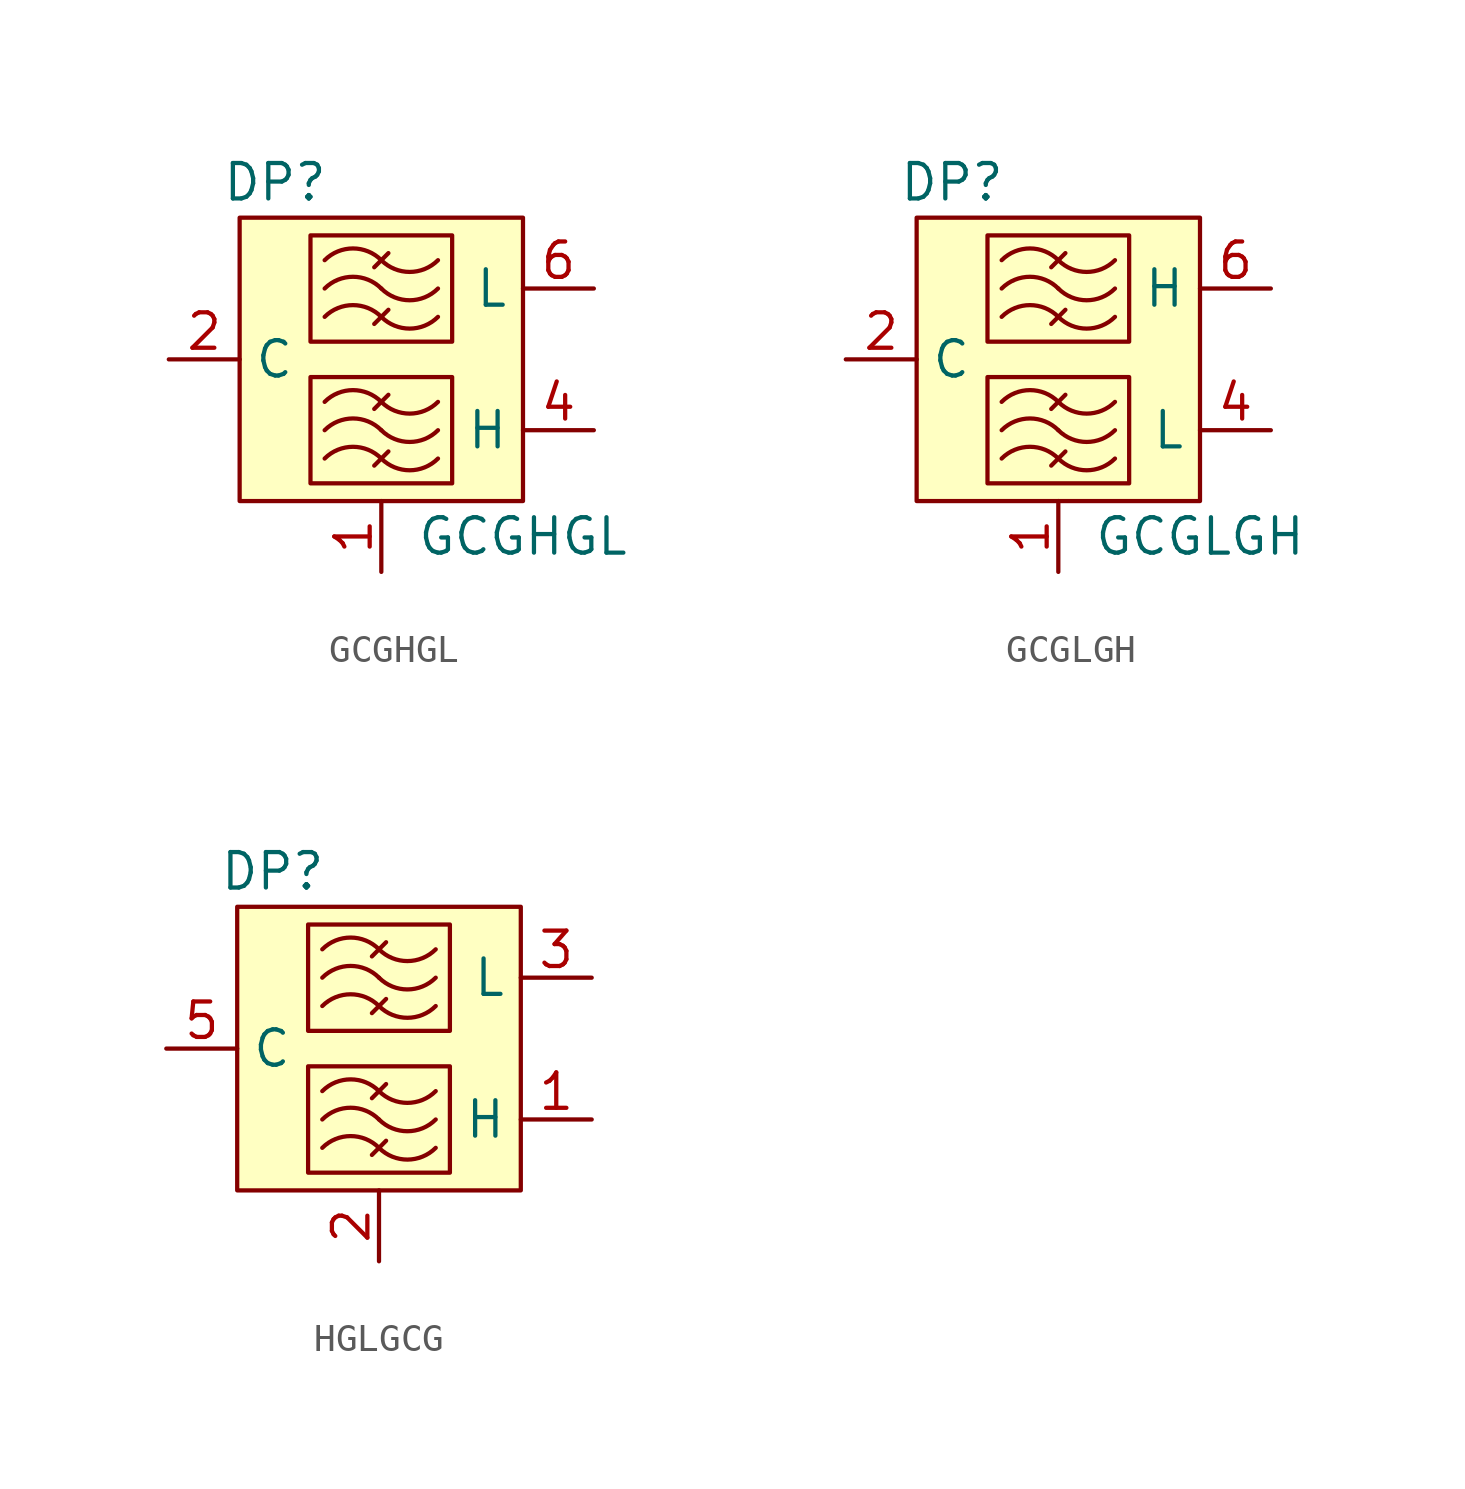
<source format=kicad_sym>
(kicad_symbol_lib
  (version 20220914)
  (generator kicad_symbol_editor)
  (symbol "GCGHGL"
    (property "Reference" "DP"
      (at -3.81 6.35 0)
      (effects (font (size 1.27 1.27))))
    (property "Value" "GCGHGL"
      (at 5.08 -6.35 0)
      (effects (font (size 1.27 1.27))))
    (symbol "GCGHGL_0_1"
      (rectangle (start -2.54 -0.635) (end 2.54 -4.445) (stroke (width 0) (type default)) (fill (type none)))
      (rectangle (start -2.54 4.445) (end 2.54 0.635) (stroke (width 0) (type default)) (fill (type none))))
    (symbol "GCGHGL_1_1"
      (rectangle (start -5.08 5.08) (end 5.08 -5.08) (stroke (width 0) (type default)) (fill (type background)))
      (arc (start 0 -3.5561) (mid -1.016 -3.1352) (end -2.032 -3.5561) (stroke (width 0) (type default)) (fill (type none)))
      (arc (start 0 -3.5561) (mid 1.016 -3.977) (end 2.032 -3.5561) (stroke (width 0) (type default)) (fill (type none)))
      (arc (start 0 -2.5401) (mid -1.016 -2.1192) (end -2.032 -2.5401) (stroke (width 0) (type default)) (fill (type none)))
      (arc (start 0 -2.5401) (mid 1.016 -2.961) (end 2.032 -2.5401) (stroke (width 0) (type default)) (fill (type none)))
      (arc (start 0 -1.5241) (mid -1.016 -1.1032) (end -2.032 -1.5241) (stroke (width 0) (type default)) (fill (type none)))
      (arc (start 0 -1.5241) (mid 1.016 -1.945) (end 2.032 -1.5241) (stroke (width 0) (type default)) (fill (type none)))
      (polyline (pts (xy 0.254 -3.302) (xy -0.254 -3.81)) (stroke (width 0) (type default)) (fill (type none)))
      (polyline (pts (xy 0.254 -1.27) (xy -0.254 -1.778)) (stroke (width 0) (type default)) (fill (type none)))
      (polyline (pts (xy 0.254 1.778) (xy -0.254 1.27)) (stroke (width 0) (type default)) (fill (type none)))
      (polyline (pts (xy 0.254 3.81) (xy -0.254 3.302)) (stroke (width 0) (type default)) (fill (type none)))
      (arc (start 0 1.524) (mid -1.016 1.9449) (end -2.032 1.524) (stroke (width 0) (type default)) (fill (type none)))
      (arc (start 0 1.524) (mid 1.016 1.1031) (end 2.032 1.524) (stroke (width 0) (type default)) (fill (type none)))
      (arc (start 0 2.54) (mid -1.016 2.9609) (end -2.032 2.54) (stroke (width 0) (type default)) (fill (type none)))
      (arc (start 0 2.54) (mid 1.016 2.1191) (end 2.032 2.54) (stroke (width 0) (type default)) (fill (type none)))
      (arc (start 0 3.556) (mid -1.016 3.9769) (end -2.032 3.556) (stroke (width 0) (type default)) (fill (type none)))
      (arc (start 0 3.556) (mid 1.016 3.1351) (end 2.032 3.556) (stroke (width 0) (type default)) (fill (type none)))
      (pin passive line (at 0 -7.62 90) (length 2.54) (name "" (effects (font (size 1.27 1.27)))) (number "1" (effects (font (size 1.27 1.27)))))
      (pin passive line (at -7.62 0 0) (length 2.54) (name "C" (effects (font (size 1.27 1.27)))) (number "2" (effects (font (size 1.27 1.27)))))
      (pin passive line (at 0 -7.62 90) (length 2.54) hide (name "GND" (effects (font (size 1.27 1.27)))) (number "3" (effects (font (size 1.27 1.27)))))
      (pin passive line (at 7.62 -2.54 180) (length 2.54) (name "H" (effects (font (size 1.27 1.27)))) (number "4" (effects (font (size 1.27 1.27)))))
      (pin passive line (at 0 -7.62 90) (length 2.54) hide (name "GND" (effects (font (size 1.27 1.27)))) (number "5" (effects (font (size 1.27 1.27)))))
      (pin passive line (at 7.62 2.54 180) (length 2.54) (name "L" (effects (font (size 1.27 1.27)))) (number "6" (effects (font (size 1.27 1.27)))))))
  (symbol "GCGLGH"
    (property "Reference" "DP"
      (at -3.81 6.35 0)
      (effects (font (size 1.27 1.27))))
    (property "Value" "GCGLGH"
      (at 5.08 -6.35 0)
      (effects (font (size 1.27 1.27))))
    (symbol "GCGLGH_0_1"
      (rectangle (start -2.54 -0.635) (end 2.54 -4.445) (stroke (width 0) (type default)) (fill (type none)))
      (rectangle (start -2.54 4.445) (end 2.54 0.635) (stroke (width 0) (type default)) (fill (type none))))
    (symbol "GCGLGH_1_1"
      (rectangle (start -5.08 5.08) (end 5.08 -5.08) (stroke (width 0) (type default)) (fill (type background)))
      (arc (start 0 -3.5561) (mid -1.016 -3.1352) (end -2.032 -3.5561) (stroke (width 0) (type default)) (fill (type none)))
      (arc (start 0 -3.5561) (mid 1.016 -3.977) (end 2.032 -3.5561) (stroke (width 0) (type default)) (fill (type none)))
      (arc (start 0 -2.5401) (mid -1.016 -2.1192) (end -2.032 -2.5401) (stroke (width 0) (type default)) (fill (type none)))
      (arc (start 0 -2.5401) (mid 1.016 -2.961) (end 2.032 -2.5401) (stroke (width 0) (type default)) (fill (type none)))
      (arc (start 0 -1.5241) (mid -1.016 -1.1032) (end -2.032 -1.5241) (stroke (width 0) (type default)) (fill (type none)))
      (arc (start 0 -1.5241) (mid 1.016 -1.945) (end 2.032 -1.5241) (stroke (width 0) (type default)) (fill (type none)))
      (polyline (pts (xy 0.254 -3.302) (xy -0.254 -3.81)) (stroke (width 0) (type default)) (fill (type none)))
      (polyline (pts (xy 0.254 -1.27) (xy -0.254 -1.778)) (stroke (width 0) (type default)) (fill (type none)))
      (polyline (pts (xy 0.254 1.778) (xy -0.254 1.27)) (stroke (width 0) (type default)) (fill (type none)))
      (polyline (pts (xy 0.254 3.81) (xy -0.254 3.302)) (stroke (width 0) (type default)) (fill (type none)))
      (arc (start 0 1.524) (mid -1.016 1.9449) (end -2.032 1.524) (stroke (width 0) (type default)) (fill (type none)))
      (arc (start 0 1.524) (mid 1.016 1.1031) (end 2.032 1.524) (stroke (width 0) (type default)) (fill (type none)))
      (arc (start 0 2.54) (mid -1.016 2.9609) (end -2.032 2.54) (stroke (width 0) (type default)) (fill (type none)))
      (arc (start 0 2.54) (mid 1.016 2.1191) (end 2.032 2.54) (stroke (width 0) (type default)) (fill (type none)))
      (arc (start 0 3.556) (mid -1.016 3.9769) (end -2.032 3.556) (stroke (width 0) (type default)) (fill (type none)))
      (arc (start 0 3.556) (mid 1.016 3.1351) (end 2.032 3.556) (stroke (width 0) (type default)) (fill (type none)))
      (pin passive line (at 0 -7.62 90) (length 2.54) (name "" (effects (font (size 1.27 1.27)))) (number "1" (effects (font (size 1.27 1.27)))))
      (pin passive line (at -7.62 0 0) (length 2.54) (name "C" (effects (font (size 1.27 1.27)))) (number "2" (effects (font (size 1.27 1.27)))))
      (pin passive line (at 0 -7.62 90) (length 2.54) hide (name "GND" (effects (font (size 1.27 1.27)))) (number "3" (effects (font (size 1.27 1.27)))))
      (pin passive line (at 7.62 -2.54 180) (length 2.54) (name "L" (effects (font (size 1.27 1.27)))) (number "4" (effects (font (size 1.27 1.27)))))
      (pin passive line (at 0 -7.62 90) (length 2.54) hide (name "GND" (effects (font (size 1.27 1.27)))) (number "5" (effects (font (size 1.27 1.27)))))
      (pin passive line (at 7.62 2.54 180) (length 2.54) (name "H" (effects (font (size 1.27 1.27)))) (number "6" (effects (font (size 1.27 1.27)))))))
  (symbol "HGLGCG"
    (property "Reference" "DP"
      (at -3.81 6.35 0)
      (effects (font (size 1.27 1.27))))
    (property "Value" ""
      (at 5.08 -6.35 0)
      (effects (font (size 1.27 1.27))))
    (symbol "HGLGCG_0_1"
      (rectangle (start -2.54 -0.635) (end 2.54 -4.445) (stroke (width 0) (type default)) (fill (type none)))
      (rectangle (start -2.54 4.445) (end 2.54 0.635) (stroke (width 0) (type default)) (fill (type none))))
    (symbol "HGLGCG_1_1"
      (rectangle (start -5.08 5.08) (end 5.08 -5.08) (stroke (width 0) (type default)) (fill (type background)))
      (arc (start 0 -3.5561) (mid -1.016 -3.1352) (end -2.032 -3.5561) (stroke (width 0) (type default)) (fill (type none)))
      (arc (start 0 -3.5561) (mid 1.016 -3.977) (end 2.032 -3.5561) (stroke (width 0) (type default)) (fill (type none)))
      (arc (start 0 -2.5401) (mid -1.016 -2.1192) (end -2.032 -2.5401) (stroke (width 0) (type default)) (fill (type none)))
      (arc (start 0 -2.5401) (mid 1.016 -2.961) (end 2.032 -2.5401) (stroke (width 0) (type default)) (fill (type none)))
      (arc (start 0 -1.5241) (mid -1.016 -1.1032) (end -2.032 -1.5241) (stroke (width 0) (type default)) (fill (type none)))
      (arc (start 0 -1.5241) (mid 1.016 -1.945) (end 2.032 -1.5241) (stroke (width 0) (type default)) (fill (type none)))
      (polyline (pts (xy 0.254 -3.302) (xy -0.254 -3.81)) (stroke (width 0) (type default)) (fill (type none)))
      (polyline (pts (xy 0.254 -1.27) (xy -0.254 -1.778)) (stroke (width 0) (type default)) (fill (type none)))
      (polyline (pts (xy 0.254 1.778) (xy -0.254 1.27)) (stroke (width 0) (type default)) (fill (type none)))
      (polyline (pts (xy 0.254 3.81) (xy -0.254 3.302)) (stroke (width 0) (type default)) (fill (type none)))
      (arc (start 0 1.524) (mid -1.016 1.9449) (end -2.032 1.524) (stroke (width 0) (type default)) (fill (type none)))
      (arc (start 0 1.524) (mid 1.016 1.1031) (end 2.032 1.524) (stroke (width 0) (type default)) (fill (type none)))
      (arc (start 0 2.54) (mid -1.016 2.9609) (end -2.032 2.54) (stroke (width 0) (type default)) (fill (type none)))
      (arc (start 0 2.54) (mid 1.016 2.1191) (end 2.032 2.54) (stroke (width 0) (type default)) (fill (type none)))
      (arc (start 0 3.556) (mid -1.016 3.9769) (end -2.032 3.556) (stroke (width 0) (type default)) (fill (type none)))
      (arc (start 0 3.556) (mid 1.016 3.1351) (end 2.032 3.556) (stroke (width 0) (type default)) (fill (type none)))
      (pin passive line (at 7.62 -2.54 180) (length 2.54) (name "H" (effects (font (size 1.27 1.27)))) (number "1" (effects (font (size 1.27 1.27)))))
      (pin passive line (at 0 -7.62 90) (length 2.54) (name "" (effects (font (size 1.27 1.27)))) (number "2" (effects (font (size 1.27 1.27)))))
      (pin passive line (at 7.62 2.54 180) (length 2.54) (name "L" (effects (font (size 1.27 1.27)))) (number "3" (effects (font (size 1.27 1.27)))))
      (pin passive line (at 0 -7.62 90) (length 2.54) hide (name "GND" (effects (font (size 1.27 1.27)))) (number "4" (effects (font (size 1.27 1.27)))))
      (pin passive line (at -7.62 0 0) (length 2.54) (name "C" (effects (font (size 1.27 1.27)))) (number "5" (effects (font (size 1.27 1.27)))))
      (pin passive line (at 0 -7.62 90) (length 2.54) hide (name "GND" (effects (font (size 1.27 1.27)))) (number "6" (effects (font (size 1.27 1.27))))))))
</source>
